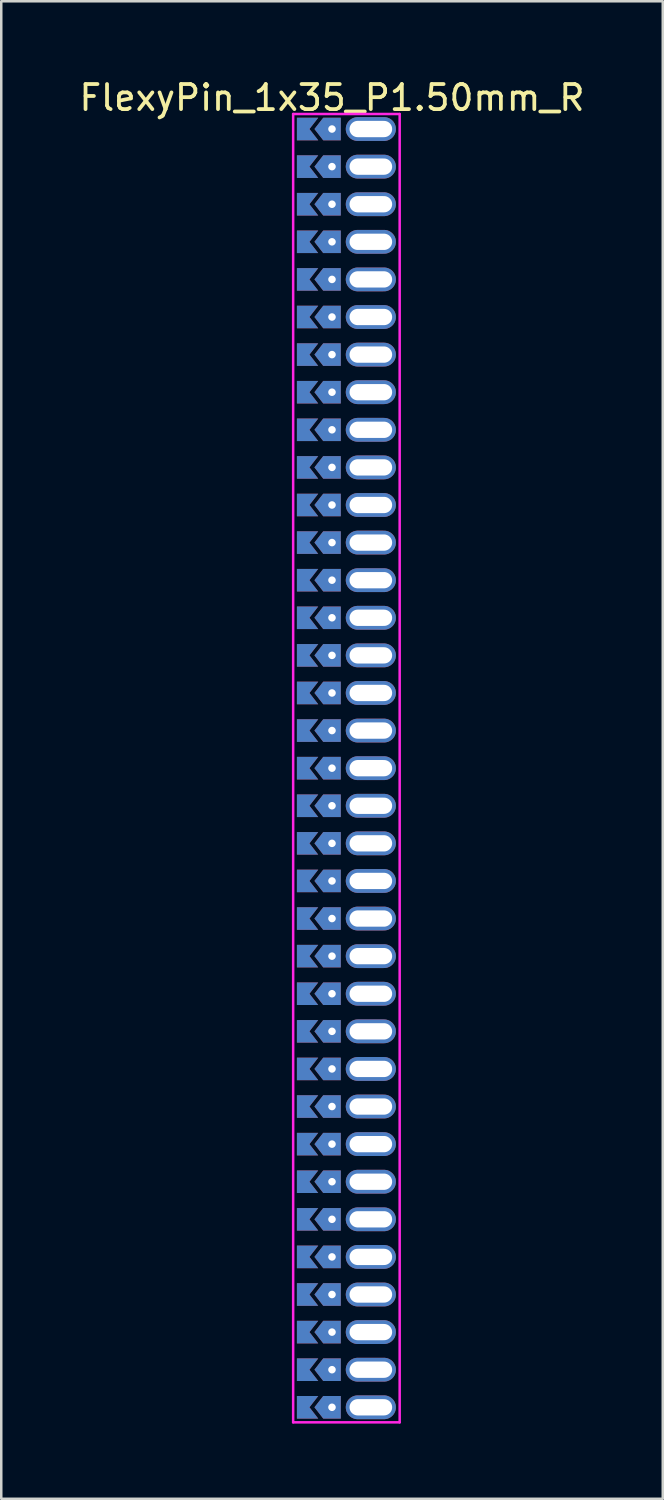
<source format=kicad_pcb>
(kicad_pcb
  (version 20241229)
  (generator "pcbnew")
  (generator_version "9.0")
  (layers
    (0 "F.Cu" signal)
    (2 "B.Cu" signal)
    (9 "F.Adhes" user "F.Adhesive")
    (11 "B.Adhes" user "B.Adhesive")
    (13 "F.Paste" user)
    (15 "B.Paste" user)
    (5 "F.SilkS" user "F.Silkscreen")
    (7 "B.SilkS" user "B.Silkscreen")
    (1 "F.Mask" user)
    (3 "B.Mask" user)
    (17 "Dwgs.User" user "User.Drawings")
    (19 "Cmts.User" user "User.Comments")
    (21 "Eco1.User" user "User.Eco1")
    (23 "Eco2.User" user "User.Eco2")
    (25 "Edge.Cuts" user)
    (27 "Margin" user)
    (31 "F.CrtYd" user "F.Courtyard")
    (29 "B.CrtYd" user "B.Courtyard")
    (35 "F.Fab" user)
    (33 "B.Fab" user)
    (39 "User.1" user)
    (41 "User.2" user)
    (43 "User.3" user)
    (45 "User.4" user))
  (footprint "FlexyPin_1x35_P1.50mm_R"
    (layer "F.Cu")
    (at 10.196 2.098)
    (property "Reference" "FlexyPin_1x35_P1.50mm_R" (at 0 -1.25 0) (layer "F.SilkS") (effects (font (size 1 1) (thickness 0.15))))
    (attr through_hole)
    (fp_line (start -1.55 -0.6) (end 2.7 -0.6) (stroke (width 0.1) (type solid)) (layer "F.CrtYd"))
    (fp_line (start -1.55 51.6) (end -1.55 -0.6) (stroke (width 0.1) (type solid)) (layer "F.CrtYd"))
    (fp_line (start 2.7 -0.6) (end 2.7 51.6) (stroke (width 0.1) (type solid)) (layer "F.CrtYd"))
    (fp_line (start 2.7 51.6) (end -1.55 51.6) (stroke (width 0.1) (type solid)) (layer "F.CrtYd"))
    (pad "" thru_hole custom (at 0 0) (size 0.3 0.3) (drill 0.6) (layers "*.Cu" "*.Mask") (options (anchor rect)) (primitives (gr_poly (pts (xy 0.35 0.45) (xy 0.35 -0.45) (xy -0.35 -0.45) (xy -0.7 0) (xy -0.35 0.45)) (width 0) (fill yes))))
    (pad "" thru_hole custom (at 0 1.5) (size 0.3 0.3) (drill 0.6) (layers "*.Cu" "*.Mask") (options (anchor rect)) (primitives (gr_poly (pts (xy 0.35 0.45) (xy 0.35 -0.45) (xy -0.35 -0.45) (xy -0.7 0) (xy -0.35 0.45)) (width 0) (fill yes))))
    (pad "" thru_hole custom (at 0 3) (size 0.3 0.3) (drill 0.6) (layers "*.Cu" "*.Mask") (options (anchor rect)) (primitives (gr_poly (pts (xy 0.35 0.45) (xy 0.35 -0.45) (xy -0.35 -0.45) (xy -0.7 0) (xy -0.35 0.45)) (width 0) (fill yes))))
    (pad "" thru_hole custom (at 0 4.5) (size 0.3 0.3) (drill 0.6) (layers "*.Cu" "*.Mask") (options (anchor rect)) (primitives (gr_poly (pts (xy 0.35 0.45) (xy 0.35 -0.45) (xy -0.35 -0.45) (xy -0.7 0) (xy -0.35 0.45)) (width 0) (fill yes))))
    (pad "" thru_hole custom (at 0 6) (size 0.3 0.3) (drill 0.6) (layers "*.Cu" "*.Mask") (options (anchor rect)) (primitives (gr_poly (pts (xy 0.35 0.45) (xy 0.35 -0.45) (xy -0.35 -0.45) (xy -0.7 0) (xy -0.35 0.45)) (width 0) (fill yes))))
    (pad "" thru_hole custom (at 0 7.5) (size 0.3 0.3) (drill 0.6) (layers "*.Cu" "*.Mask") (options (anchor rect)) (primitives (gr_poly (pts (xy 0.35 0.45) (xy 0.35 -0.45) (xy -0.35 -0.45) (xy -0.7 0) (xy -0.35 0.45)) (width 0) (fill yes))))
    (pad "" thru_hole custom (at 0 9) (size 0.3 0.3) (drill 0.6) (layers "*.Cu" "*.Mask") (options (anchor rect)) (primitives (gr_poly (pts (xy 0.35 0.45) (xy 0.35 -0.45) (xy -0.35 -0.45) (xy -0.7 0) (xy -0.35 0.45)) (width 0) (fill yes))))
    (pad "" thru_hole custom (at 0 10.5) (size 0.3 0.3) (drill 0.6) (layers "*.Cu" "*.Mask") (options (anchor rect)) (primitives (gr_poly (pts (xy 0.35 0.45) (xy 0.35 -0.45) (xy -0.35 -0.45) (xy -0.7 0) (xy -0.35 0.45)) (width 0) (fill yes))))
    (pad "" thru_hole custom (at 0 12) (size 0.3 0.3) (drill 0.6) (layers "*.Cu" "*.Mask") (options (anchor rect)) (primitives (gr_poly (pts (xy 0.35 0.45) (xy 0.35 -0.45) (xy -0.35 -0.45) (xy -0.7 0) (xy -0.35 0.45)) (width 0) (fill yes))))
    (pad "" thru_hole custom (at 0 13.5) (size 0.3 0.3) (drill 0.6) (layers "*.Cu" "*.Mask") (options (anchor rect)) (primitives (gr_poly (pts (xy 0.35 0.45) (xy 0.35 -0.45) (xy -0.35 -0.45) (xy -0.7 0) (xy -0.35 0.45)) (width 0) (fill yes))))
    (pad "" thru_hole custom (at 0 15) (size 0.3 0.3) (drill 0.6) (layers "*.Cu" "*.Mask") (options (anchor rect)) (primitives (gr_poly (pts (xy 0.35 0.45) (xy 0.35 -0.45) (xy -0.35 -0.45) (xy -0.7 0) (xy -0.35 0.45)) (width 0) (fill yes))))
    (pad "" thru_hole custom (at 0 16.5) (size 0.3 0.3) (drill 0.6) (layers "*.Cu" "*.Mask") (options (anchor rect)) (primitives (gr_poly (pts (xy 0.35 0.45) (xy 0.35 -0.45) (xy -0.35 -0.45) (xy -0.7 0) (xy -0.35 0.45)) (width 0) (fill yes))))
    (pad "" thru_hole custom (at 0 18) (size 0.3 0.3) (drill 0.6) (layers "*.Cu" "*.Mask") (options (anchor rect)) (primitives (gr_poly (pts (xy 0.35 0.45) (xy 0.35 -0.45) (xy -0.35 -0.45) (xy -0.7 0) (xy -0.35 0.45)) (width 0) (fill yes))))
    (pad "" thru_hole custom (at 0 19.5) (size 0.3 0.3) (drill 0.6) (layers "*.Cu" "*.Mask") (options (anchor rect)) (primitives (gr_poly (pts (xy 0.35 0.45) (xy 0.35 -0.45) (xy -0.35 -0.45) (xy -0.7 0) (xy -0.35 0.45)) (width 0) (fill yes))))
    (pad "" thru_hole custom (at 0 21) (size 0.3 0.3) (drill 0.6) (layers "*.Cu" "*.Mask") (options (anchor rect)) (primitives (gr_poly (pts (xy 0.35 0.45) (xy 0.35 -0.45) (xy -0.35 -0.45) (xy -0.7 0) (xy -0.35 0.45)) (width 0) (fill yes))))
    (pad "" thru_hole custom (at 0 22.5) (size 0.3 0.3) (drill 0.6) (layers "*.Cu" "*.Mask") (options (anchor rect)) (primitives (gr_poly (pts (xy 0.35 0.45) (xy 0.35 -0.45) (xy -0.35 -0.45) (xy -0.7 0) (xy -0.35 0.45)) (width 0) (fill yes))))
    (pad "" thru_hole custom (at 0 24) (size 0.3 0.3) (drill 0.6) (layers "*.Cu" "*.Mask") (options (anchor rect)) (primitives (gr_poly (pts (xy 0.35 0.45) (xy 0.35 -0.45) (xy -0.35 -0.45) (xy -0.7 0) (xy -0.35 0.45)) (width 0) (fill yes))))
    (pad "" thru_hole custom (at 0 25.5) (size 0.3 0.3) (drill 0.6) (layers "*.Cu" "*.Mask") (options (anchor rect)) (primitives (gr_poly (pts (xy 0.35 0.45) (xy 0.35 -0.45) (xy -0.35 -0.45) (xy -0.7 0) (xy -0.35 0.45)) (width 0) (fill yes))))
    (pad "" thru_hole custom (at 0 27) (size 0.3 0.3) (drill 0.6) (layers "*.Cu" "*.Mask") (options (anchor rect)) (primitives (gr_poly (pts (xy 0.35 0.45) (xy 0.35 -0.45) (xy -0.35 -0.45) (xy -0.7 0) (xy -0.35 0.45)) (width 0) (fill yes))))
    (pad "" thru_hole custom (at 0 28.5) (size 0.3 0.3) (drill 0.6) (layers "*.Cu" "*.Mask") (options (anchor rect)) (primitives (gr_poly (pts (xy 0.35 0.45) (xy 0.35 -0.45) (xy -0.35 -0.45) (xy -0.7 0) (xy -0.35 0.45)) (width 0) (fill yes))))
    (pad "" thru_hole custom (at 0 30) (size 0.3 0.3) (drill 0.6) (layers "*.Cu" "*.Mask") (options (anchor rect)) (primitives (gr_poly (pts (xy 0.35 0.45) (xy 0.35 -0.45) (xy -0.35 -0.45) (xy -0.7 0) (xy -0.35 0.45)) (width 0) (fill yes))))
    (pad "" thru_hole custom (at 0 31.5) (size 0.3 0.3) (drill 0.6) (layers "*.Cu" "*.Mask") (options (anchor rect)) (primitives (gr_poly (pts (xy 0.35 0.45) (xy 0.35 -0.45) (xy -0.35 -0.45) (xy -0.7 0) (xy -0.35 0.45)) (width 0) (fill yes))))
    (pad "" thru_hole custom (at 0 33) (size 0.3 0.3) (drill 0.6) (layers "*.Cu" "*.Mask") (options (anchor rect)) (primitives (gr_poly (pts (xy 0.35 0.45) (xy 0.35 -0.45) (xy -0.35 -0.45) (xy -0.7 0) (xy -0.35 0.45)) (width 0) (fill yes))))
    (pad "" thru_hole custom (at 0 34.5) (size 0.3 0.3) (drill 0.6) (layers "*.Cu" "*.Mask") (options (anchor rect)) (primitives (gr_poly (pts (xy 0.35 0.45) (xy 0.35 -0.45) (xy -0.35 -0.45) (xy -0.7 0) (xy -0.35 0.45)) (width 0) (fill yes))))
    (pad "" thru_hole custom (at 0 36) (size 0.3 0.3) (drill 0.6) (layers "*.Cu" "*.Mask") (options (anchor rect)) (primitives (gr_poly (pts (xy 0.35 0.45) (xy 0.35 -0.45) (xy -0.35 -0.45) (xy -0.7 0) (xy -0.35 0.45)) (width 0) (fill yes))))
    (pad "" thru_hole custom (at 0 37.5) (size 0.3 0.3) (drill 0.6) (layers "*.Cu" "*.Mask") (options (anchor rect)) (primitives (gr_poly (pts (xy 0.35 0.45) (xy 0.35 -0.45) (xy -0.35 -0.45) (xy -0.7 0) (xy -0.35 0.45)) (width 0) (fill yes))))
    (pad "" thru_hole custom (at 0 39) (size 0.3 0.3) (drill 0.6) (layers "*.Cu" "*.Mask") (options (anchor rect)) (primitives (gr_poly (pts (xy 0.35 0.45) (xy 0.35 -0.45) (xy -0.35 -0.45) (xy -0.7 0) (xy -0.35 0.45)) (width 0) (fill yes))))
    (pad "" thru_hole custom (at 0 40.5) (size 0.3 0.3) (drill 0.6) (layers "*.Cu" "*.Mask") (options (anchor rect)) (primitives (gr_poly (pts (xy 0.35 0.45) (xy 0.35 -0.45) (xy -0.35 -0.45) (xy -0.7 0) (xy -0.35 0.45)) (width 0) (fill yes))))
    (pad "" thru_hole custom (at 0 42) (size 0.3 0.3) (drill 0.6) (layers "*.Cu" "*.Mask") (options (anchor rect)) (primitives (gr_poly (pts (xy 0.35 0.45) (xy 0.35 -0.45) (xy -0.35 -0.45) (xy -0.7 0) (xy -0.35 0.45)) (width 0) (fill yes))))
    (pad "" thru_hole custom (at 0 43.5) (size 0.3 0.3) (drill 0.6) (layers "*.Cu" "*.Mask") (options (anchor rect)) (primitives (gr_poly (pts (xy 0.35 0.45) (xy 0.35 -0.45) (xy -0.35 -0.45) (xy -0.7 0) (xy -0.35 0.45)) (width 0) (fill yes))))
    (pad "" thru_hole custom (at 0 45) (size 0.3 0.3) (drill 0.6) (layers "*.Cu" "*.Mask") (options (anchor rect)) (primitives (gr_poly (pts (xy 0.35 0.45) (xy 0.35 -0.45) (xy -0.35 -0.45) (xy -0.7 0) (xy -0.35 0.45)) (width 0) (fill yes))))
    (pad "" thru_hole custom (at 0 46.5) (size 0.3 0.3) (drill 0.6) (layers "*.Cu" "*.Mask") (options (anchor rect)) (primitives (gr_poly (pts (xy 0.35 0.45) (xy 0.35 -0.45) (xy -0.35 -0.45) (xy -0.7 0) (xy -0.35 0.45)) (width 0) (fill yes))))
    (pad "" thru_hole custom (at 0 48) (size 0.3 0.3) (drill 0.6) (layers "*.Cu" "*.Mask") (options (anchor rect)) (primitives (gr_poly (pts (xy 0.35 0.45) (xy 0.35 -0.45) (xy -0.35 -0.45) (xy -0.7 0) (xy -0.35 0.45)) (width 0) (fill yes))))
    (pad "" thru_hole custom (at 0 49.5) (size 0.3 0.3) (drill 0.6) (layers "*.Cu" "*.Mask") (options (anchor rect)) (primitives (gr_poly (pts (xy 0.35 0.45) (xy 0.35 -0.45) (xy -0.35 -0.45) (xy -0.7 0) (xy -0.35 0.45)) (width 0) (fill yes))))
    (pad "" thru_hole custom (at 0 51) (size 0.3 0.3) (drill 0.6) (layers "*.Cu" "*.Mask") (options (anchor rect)) (primitives (gr_poly (pts (xy 0.35 0.45) (xy 0.35 -0.45) (xy -0.35 -0.45) (xy -0.7 0) (xy -0.35 0.45)) (width 0) (fill yes))))
    (pad "" thru_hole oval (at 1.55 0) (size 2 0.95) (drill oval 1.7 0.65) (layers "*.Cu" "*.Mask"))
    (pad "" thru_hole oval (at 1.55 1.5) (size 2 0.95) (drill oval 1.7 0.65) (layers "*.Cu" "*.Mask"))
    (pad "" thru_hole oval (at 1.55 3) (size 2 0.95) (drill oval 1.7 0.65) (layers "*.Cu" "*.Mask"))
    (pad "" thru_hole oval (at 1.55 4.5) (size 2 0.95) (drill oval 1.7 0.65) (layers "*.Cu" "*.Mask"))
    (pad "" thru_hole oval (at 1.55 6) (size 2 0.95) (drill oval 1.7 0.65) (layers "*.Cu" "*.Mask"))
    (pad "" thru_hole oval (at 1.55 7.5) (size 2 0.95) (drill oval 1.7 0.65) (layers "*.Cu" "*.Mask"))
    (pad "" thru_hole oval (at 1.55 9) (size 2 0.95) (drill oval 1.7 0.65) (layers "*.Cu" "*.Mask"))
    (pad "" thru_hole oval (at 1.55 10.5) (size 2 0.95) (drill oval 1.7 0.65) (layers "*.Cu" "*.Mask"))
    (pad "" thru_hole oval (at 1.55 12) (size 2 0.95) (drill oval 1.7 0.65) (layers "*.Cu" "*.Mask"))
    (pad "" thru_hole oval (at 1.55 13.5) (size 2 0.95) (drill oval 1.7 0.65) (layers "*.Cu" "*.Mask"))
    (pad "" thru_hole oval (at 1.55 15) (size 2 0.95) (drill oval 1.7 0.65) (layers "*.Cu" "*.Mask"))
    (pad "" thru_hole oval (at 1.55 16.5) (size 2 0.95) (drill oval 1.7 0.65) (layers "*.Cu" "*.Mask"))
    (pad "" thru_hole oval (at 1.55 18) (size 2 0.95) (drill oval 1.7 0.65) (layers "*.Cu" "*.Mask"))
    (pad "" thru_hole oval (at 1.55 19.5) (size 2 0.95) (drill oval 1.7 0.65) (layers "*.Cu" "*.Mask"))
    (pad "" thru_hole oval (at 1.55 21) (size 2 0.95) (drill oval 1.7 0.65) (layers "*.Cu" "*.Mask"))
    (pad "" thru_hole oval (at 1.55 22.5) (size 2 0.95) (drill oval 1.7 0.65) (layers "*.Cu" "*.Mask"))
    (pad "" thru_hole oval (at 1.55 24) (size 2 0.95) (drill oval 1.7 0.65) (layers "*.Cu" "*.Mask"))
    (pad "" thru_hole oval (at 1.55 25.5) (size 2 0.95) (drill oval 1.7 0.65) (layers "*.Cu" "*.Mask"))
    (pad "" thru_hole oval (at 1.55 27) (size 2 0.95) (drill oval 1.7 0.65) (layers "*.Cu" "*.Mask"))
    (pad "" thru_hole oval (at 1.55 28.5) (size 2 0.95) (drill oval 1.7 0.65) (layers "*.Cu" "*.Mask"))
    (pad "" thru_hole oval (at 1.55 30) (size 2 0.95) (drill oval 1.7 0.65) (layers "*.Cu" "*.Mask"))
    (pad "" thru_hole oval (at 1.55 31.5) (size 2 0.95) (drill oval 1.7 0.65) (layers "*.Cu" "*.Mask"))
    (pad "" thru_hole oval (at 1.55 33) (size 2 0.95) (drill oval 1.7 0.65) (layers "*.Cu" "*.Mask"))
    (pad "" thru_hole oval (at 1.55 34.5) (size 2 0.95) (drill oval 1.7 0.65) (layers "*.Cu" "*.Mask"))
    (pad "" thru_hole oval (at 1.55 36) (size 2 0.95) (drill oval 1.7 0.65) (layers "*.Cu" "*.Mask"))
    (pad "" thru_hole oval (at 1.55 37.5) (size 2 0.95) (drill oval 1.7 0.65) (layers "*.Cu" "*.Mask"))
    (pad "" thru_hole oval (at 1.55 39) (size 2 0.95) (drill oval 1.7 0.65) (layers "*.Cu" "*.Mask"))
    (pad "" thru_hole oval (at 1.55 40.5) (size 2 0.95) (drill oval 1.7 0.65) (layers "*.Cu" "*.Mask"))
    (pad "" thru_hole oval (at 1.55 42) (size 2 0.95) (drill oval 1.7 0.65) (layers "*.Cu" "*.Mask"))
    (pad "" thru_hole oval (at 1.55 43.5) (size 2 0.95) (drill oval 1.7 0.65) (layers "*.Cu" "*.Mask"))
    (pad "" thru_hole oval (at 1.55 45) (size 2 0.95) (drill oval 1.7 0.65) (layers "*.Cu" "*.Mask"))
    (pad "" thru_hole oval (at 1.55 46.5) (size 2 0.95) (drill oval 1.7 0.65) (layers "*.Cu" "*.Mask"))
    (pad "" thru_hole oval (at 1.55 48) (size 2 0.95) (drill oval 1.7 0.65) (layers "*.Cu" "*.Mask"))
    (pad "" thru_hole oval (at 1.55 49.5) (size 2 0.95) (drill oval 1.7 0.65) (layers "*.Cu" "*.Mask"))
    (pad "" thru_hole oval (at 1.55 51) (size 2 0.95) (drill oval 1.7 0.65) (layers "*.Cu" "*.Mask"))
    (pad "1" smd custom (at -0.9 0) (size 0.01 0.01) (layers "F.Cu" "F.Mask") (options (anchor rect)) (primitives (gr_poly (pts (xy 0 0) (xy 0.35 0.45) (xy -0.5 0.45) (xy -0.5 -0.45) (xy 0.35 -0.45)) (width 0) (fill yes))))
    (pad "1" smd custom (at -0.9 1.5) (size 0.01 0.01) (layers "F.Cu" "F.Mask") (options (anchor rect)) (primitives (gr_poly (pts (xy 0 0) (xy 0.35 0.45) (xy -0.5 0.45) (xy -0.5 -0.45) (xy 0.35 -0.45)) (width 0) (fill yes))))
    (pad "1" smd custom (at -0.9 3) (size 0.01 0.01) (layers "F.Cu" "F.Mask") (options (anchor rect)) (primitives (gr_poly (pts (xy 0 0) (xy 0.35 0.45) (xy -0.5 0.45) (xy -0.5 -0.45) (xy 0.35 -0.45)) (width 0) (fill yes))))
    (pad "1" smd custom (at -0.9 4.5) (size 0.01 0.01) (layers "F.Cu" "F.Mask") (options (anchor rect)) (primitives (gr_poly (pts (xy 0 0) (xy 0.35 0.45) (xy -0.5 0.45) (xy -0.5 -0.45) (xy 0.35 -0.45)) (width 0) (fill yes))))
    (pad "1" smd custom (at -0.9 6) (size 0.01 0.01) (layers "F.Cu" "F.Mask") (options (anchor rect)) (primitives (gr_poly (pts (xy 0 0) (xy 0.35 0.45) (xy -0.5 0.45) (xy -0.5 -0.45) (xy 0.35 -0.45)) (width 0) (fill yes))))
    (pad "1" smd custom (at -0.9 7.5) (size 0.01 0.01) (layers "F.Cu" "F.Mask") (options (anchor rect)) (primitives (gr_poly (pts (xy 0 0) (xy 0.35 0.45) (xy -0.5 0.45) (xy -0.5 -0.45) (xy 0.35 -0.45)) (width 0) (fill yes))))
    (pad "1" smd custom (at -0.9 9) (size 0.01 0.01) (layers "F.Cu" "F.Mask") (options (anchor rect)) (primitives (gr_poly (pts (xy 0 0) (xy 0.35 0.45) (xy -0.5 0.45) (xy -0.5 -0.45) (xy 0.35 -0.45)) (width 0) (fill yes))))
    (pad "1" smd custom (at -0.9 10.5) (size 0.01 0.01) (layers "F.Cu" "F.Mask") (options (anchor rect)) (primitives (gr_poly (pts (xy 0 0) (xy 0.35 0.45) (xy -0.5 0.45) (xy -0.5 -0.45) (xy 0.35 -0.45)) (width 0) (fill yes))))
    (pad "1" smd custom (at -0.9 12) (size 0.01 0.01) (layers "F.Cu" "F.Mask") (options (anchor rect)) (primitives (gr_poly (pts (xy 0 0) (xy 0.35 0.45) (xy -0.5 0.45) (xy -0.5 -0.45) (xy 0.35 -0.45)) (width 0) (fill yes))))
    (pad "1" smd custom (at -0.9 13.5) (size 0.01 0.01) (layers "F.Cu" "F.Mask") (options (anchor rect)) (primitives (gr_poly (pts (xy 0 0) (xy 0.35 0.45) (xy -0.5 0.45) (xy -0.5 -0.45) (xy 0.35 -0.45)) (width 0) (fill yes))))
    (pad "1" smd custom (at -0.9 15) (size 0.01 0.01) (layers "F.Cu" "F.Mask") (options (anchor rect)) (primitives (gr_poly (pts (xy 0 0) (xy 0.35 0.45) (xy -0.5 0.45) (xy -0.5 -0.45) (xy 0.35 -0.45)) (width 0) (fill yes))))
    (pad "1" smd custom (at -0.9 16.5) (size 0.01 0.01) (layers "F.Cu" "F.Mask") (options (anchor rect)) (primitives (gr_poly (pts (xy 0 0) (xy 0.35 0.45) (xy -0.5 0.45) (xy -0.5 -0.45) (xy 0.35 -0.45)) (width 0) (fill yes))))
    (pad "1" smd custom (at -0.9 18) (size 0.01 0.01) (layers "F.Cu" "F.Mask") (options (anchor rect)) (primitives (gr_poly (pts (xy 0 0) (xy 0.35 0.45) (xy -0.5 0.45) (xy -0.5 -0.45) (xy 0.35 -0.45)) (width 0) (fill yes))))
    (pad "1" smd custom (at -0.9 19.5) (size 0.01 0.01) (layers "F.Cu" "F.Mask") (options (anchor rect)) (primitives (gr_poly (pts (xy 0 0) (xy 0.35 0.45) (xy -0.5 0.45) (xy -0.5 -0.45) (xy 0.35 -0.45)) (width 0) (fill yes))))
    (pad "1" smd custom (at -0.9 21) (size 0.01 0.01) (layers "F.Cu" "F.Mask") (options (anchor rect)) (primitives (gr_poly (pts (xy 0 0) (xy 0.35 0.45) (xy -0.5 0.45) (xy -0.5 -0.45) (xy 0.35 -0.45)) (width 0) (fill yes))))
    (pad "1" smd custom (at -0.9 22.5) (size 0.01 0.01) (layers "F.Cu" "F.Mask") (options (anchor rect)) (primitives (gr_poly (pts (xy 0 0) (xy 0.35 0.45) (xy -0.5 0.45) (xy -0.5 -0.45) (xy 0.35 -0.45)) (width 0) (fill yes))))
    (pad "1" smd custom (at -0.9 24) (size 0.01 0.01) (layers "F.Cu" "F.Mask") (options (anchor rect)) (primitives (gr_poly (pts (xy 0 0) (xy 0.35 0.45) (xy -0.5 0.45) (xy -0.5 -0.45) (xy 0.35 -0.45)) (width 0) (fill yes))))
    (pad "1" smd custom (at -0.9 25.5) (size 0.01 0.01) (layers "F.Cu" "F.Mask") (options (anchor rect)) (primitives (gr_poly (pts (xy 0 0) (xy 0.35 0.45) (xy -0.5 0.45) (xy -0.5 -0.45) (xy 0.35 -0.45)) (width 0) (fill yes))))
    (pad "1" smd custom (at -0.9 27) (size 0.01 0.01) (layers "F.Cu" "F.Mask") (options (anchor rect)) (primitives (gr_poly (pts (xy 0 0) (xy 0.35 0.45) (xy -0.5 0.45) (xy -0.5 -0.45) (xy 0.35 -0.45)) (width 0) (fill yes))))
    (pad "1" smd custom (at -0.9 28.5) (size 0.01 0.01) (layers "F.Cu" "F.Mask") (options (anchor rect)) (primitives (gr_poly (pts (xy 0 0) (xy 0.35 0.45) (xy -0.5 0.45) (xy -0.5 -0.45) (xy 0.35 -0.45)) (width 0) (fill yes))))
    (pad "1" smd custom (at -0.9 30) (size 0.01 0.01) (layers "F.Cu" "F.Mask") (options (anchor rect)) (primitives (gr_poly (pts (xy 0 0) (xy 0.35 0.45) (xy -0.5 0.45) (xy -0.5 -0.45) (xy 0.35 -0.45)) (width 0) (fill yes))))
    (pad "1" smd custom (at -0.9 31.5) (size 0.01 0.01) (layers "F.Cu" "F.Mask") (options (anchor rect)) (primitives (gr_poly (pts (xy 0 0) (xy 0.35 0.45) (xy -0.5 0.45) (xy -0.5 -0.45) (xy 0.35 -0.45)) (width 0) (fill yes))))
    (pad "1" smd custom (at -0.9 33) (size 0.01 0.01) (layers "F.Cu" "F.Mask") (options (anchor rect)) (primitives (gr_poly (pts (xy 0 0) (xy 0.35 0.45) (xy -0.5 0.45) (xy -0.5 -0.45) (xy 0.35 -0.45)) (width 0) (fill yes))))
    (pad "1" smd custom (at -0.9 34.5) (size 0.01 0.01) (layers "F.Cu" "F.Mask") (options (anchor rect)) (primitives (gr_poly (pts (xy 0 0) (xy 0.35 0.45) (xy -0.5 0.45) (xy -0.5 -0.45) (xy 0.35 -0.45)) (width 0) (fill yes))))
    (pad "1" smd custom (at -0.9 36) (size 0.01 0.01) (layers "F.Cu" "F.Mask") (options (anchor rect)) (primitives (gr_poly (pts (xy 0 0) (xy 0.35 0.45) (xy -0.5 0.45) (xy -0.5 -0.45) (xy 0.35 -0.45)) (width 0) (fill yes))))
    (pad "1" smd custom (at -0.9 37.5) (size 0.01 0.01) (layers "F.Cu" "F.Mask") (options (anchor rect)) (primitives (gr_poly (pts (xy 0 0) (xy 0.35 0.45) (xy -0.5 0.45) (xy -0.5 -0.45) (xy 0.35 -0.45)) (width 0) (fill yes))))
    (pad "1" smd custom (at -0.9 39) (size 0.01 0.01) (layers "F.Cu" "F.Mask") (options (anchor rect)) (primitives (gr_poly (pts (xy 0 0) (xy 0.35 0.45) (xy -0.5 0.45) (xy -0.5 -0.45) (xy 0.35 -0.45)) (width 0) (fill yes))))
    (pad "1" smd custom (at -0.9 40.5) (size 0.01 0.01) (layers "F.Cu" "F.Mask") (options (anchor rect)) (primitives (gr_poly (pts (xy 0 0) (xy 0.35 0.45) (xy -0.5 0.45) (xy -0.5 -0.45) (xy 0.35 -0.45)) (width 0) (fill yes))))
    (pad "1" smd custom (at -0.9 42) (size 0.01 0.01) (layers "F.Cu" "F.Mask") (options (anchor rect)) (primitives (gr_poly (pts (xy 0 0) (xy 0.35 0.45) (xy -0.5 0.45) (xy -0.5 -0.45) (xy 0.35 -0.45)) (width 0) (fill yes))))
    (pad "1" smd custom (at -0.9 43.5) (size 0.01 0.01) (layers "F.Cu" "F.Mask") (options (anchor rect)) (primitives (gr_poly (pts (xy 0 0) (xy 0.35 0.45) (xy -0.5 0.45) (xy -0.5 -0.45) (xy 0.35 -0.45)) (width 0) (fill yes))))
    (pad "1" smd custom (at -0.9 45) (size 0.01 0.01) (layers "F.Cu" "F.Mask") (options (anchor rect)) (primitives (gr_poly (pts (xy 0 0) (xy 0.35 0.45) (xy -0.5 0.45) (xy -0.5 -0.45) (xy 0.35 -0.45)) (width 0) (fill yes))))
    (pad "1" smd custom (at -0.9 46.5) (size 0.01 0.01) (layers "F.Cu" "F.Mask") (options (anchor rect)) (primitives (gr_poly (pts (xy 0 0) (xy 0.35 0.45) (xy -0.5 0.45) (xy -0.5 -0.45) (xy 0.35 -0.45)) (width 0) (fill yes))))
    (pad "1" smd custom (at -0.9 48) (size 0.01 0.01) (layers "F.Cu" "F.Mask") (options (anchor rect)) (primitives (gr_poly (pts (xy 0 0) (xy 0.35 0.45) (xy -0.5 0.45) (xy -0.5 -0.45) (xy 0.35 -0.45)) (width 0) (fill yes))))
    (pad "1" smd custom (at -0.9 49.5) (size 0.01 0.01) (layers "F.Cu" "F.Mask") (options (anchor rect)) (primitives (gr_poly (pts (xy 0 0) (xy 0.35 0.45) (xy -0.5 0.45) (xy -0.5 -0.45) (xy 0.35 -0.45)) (width 0) (fill yes))))
    (pad "1" smd custom (at -0.9 51) (size 0.01 0.01) (layers "F.Cu" "F.Mask") (options (anchor rect)) (primitives (gr_poly (pts (xy 0 0) (xy 0.35 0.45) (xy -0.5 0.45) (xy -0.5 -0.45) (xy 0.35 -0.45)) (width 0) (fill yes))))
    (pad "2" smd custom (at -0.9 0) (size 0.01 0.01) (layers "B.Cu" "B.Mask") (options (anchor rect)) (primitives (gr_poly (pts (xy 0 0) (xy 0.35 0.45) (xy -0.5 0.45) (xy -0.5 -0.45) (xy 0.35 -0.45)) (width 0) (fill yes))))
    (pad "2" smd custom (at -0.9 1.5) (size 0.01 0.01) (layers "B.Cu" "B.Mask") (options (anchor rect)) (primitives (gr_poly (pts (xy 0 0) (xy 0.35 0.45) (xy -0.5 0.45) (xy -0.5 -0.45) (xy 0.35 -0.45)) (width 0) (fill yes))))
    (pad "2" smd custom (at -0.9 3) (size 0.01 0.01) (layers "B.Cu" "B.Mask") (options (anchor rect)) (primitives (gr_poly (pts (xy 0 0) (xy 0.35 0.45) (xy -0.5 0.45) (xy -0.5 -0.45) (xy 0.35 -0.45)) (width 0) (fill yes))))
    (pad "2" smd custom (at -0.9 4.5) (size 0.01 0.01) (layers "B.Cu" "B.Mask") (options (anchor rect)) (primitives (gr_poly (pts (xy 0 0) (xy 0.35 0.45) (xy -0.5 0.45) (xy -0.5 -0.45) (xy 0.35 -0.45)) (width 0) (fill yes))))
    (pad "2" smd custom (at -0.9 6) (size 0.01 0.01) (layers "B.Cu" "B.Mask") (options (anchor rect)) (primitives (gr_poly (pts (xy 0 0) (xy 0.35 0.45) (xy -0.5 0.45) (xy -0.5 -0.45) (xy 0.35 -0.45)) (width 0) (fill yes))))
    (pad "2" smd custom (at -0.9 7.5) (size 0.01 0.01) (layers "B.Cu" "B.Mask") (options (anchor rect)) (primitives (gr_poly (pts (xy 0 0) (xy 0.35 0.45) (xy -0.5 0.45) (xy -0.5 -0.45) (xy 0.35 -0.45)) (width 0) (fill yes))))
    (pad "2" smd custom (at -0.9 9) (size 0.01 0.01) (layers "B.Cu" "B.Mask") (options (anchor rect)) (primitives (gr_poly (pts (xy 0 0) (xy 0.35 0.45) (xy -0.5 0.45) (xy -0.5 -0.45) (xy 0.35 -0.45)) (width 0) (fill yes))))
    (pad "2" smd custom (at -0.9 10.5) (size 0.01 0.01) (layers "B.Cu" "B.Mask") (options (anchor rect)) (primitives (gr_poly (pts (xy 0 0) (xy 0.35 0.45) (xy -0.5 0.45) (xy -0.5 -0.45) (xy 0.35 -0.45)) (width 0) (fill yes))))
    (pad "2" smd custom (at -0.9 12) (size 0.01 0.01) (layers "B.Cu" "B.Mask") (options (anchor rect)) (primitives (gr_poly (pts (xy 0 0) (xy 0.35 0.45) (xy -0.5 0.45) (xy -0.5 -0.45) (xy 0.35 -0.45)) (width 0) (fill yes))))
    (pad "2" smd custom (at -0.9 13.5) (size 0.01 0.01) (layers "B.Cu" "B.Mask") (options (anchor rect)) (primitives (gr_poly (pts (xy 0 0) (xy 0.35 0.45) (xy -0.5 0.45) (xy -0.5 -0.45) (xy 0.35 -0.45)) (width 0) (fill yes))))
    (pad "2" smd custom (at -0.9 15) (size 0.01 0.01) (layers "B.Cu" "B.Mask") (options (anchor rect)) (primitives (gr_poly (pts (xy 0 0) (xy 0.35 0.45) (xy -0.5 0.45) (xy -0.5 -0.45) (xy 0.35 -0.45)) (width 0) (fill yes))))
    (pad "2" smd custom (at -0.9 16.5) (size 0.01 0.01) (layers "B.Cu" "B.Mask") (options (anchor rect)) (primitives (gr_poly (pts (xy 0 0) (xy 0.35 0.45) (xy -0.5 0.45) (xy -0.5 -0.45) (xy 0.35 -0.45)) (width 0) (fill yes))))
    (pad "2" smd custom (at -0.9 18) (size 0.01 0.01) (layers "B.Cu" "B.Mask") (options (anchor rect)) (primitives (gr_poly (pts (xy 0 0) (xy 0.35 0.45) (xy -0.5 0.45) (xy -0.5 -0.45) (xy 0.35 -0.45)) (width 0) (fill yes))))
    (pad "2" smd custom (at -0.9 19.5) (size 0.01 0.01) (layers "B.Cu" "B.Mask") (options (anchor rect)) (primitives (gr_poly (pts (xy 0 0) (xy 0.35 0.45) (xy -0.5 0.45) (xy -0.5 -0.45) (xy 0.35 -0.45)) (width 0) (fill yes))))
    (pad "2" smd custom (at -0.9 21) (size 0.01 0.01) (layers "B.Cu" "B.Mask") (options (anchor rect)) (primitives (gr_poly (pts (xy 0 0) (xy 0.35 0.45) (xy -0.5 0.45) (xy -0.5 -0.45) (xy 0.35 -0.45)) (width 0) (fill yes))))
    (pad "2" smd custom (at -0.9 22.5) (size 0.01 0.01) (layers "B.Cu" "B.Mask") (options (anchor rect)) (primitives (gr_poly (pts (xy 0 0) (xy 0.35 0.45) (xy -0.5 0.45) (xy -0.5 -0.45) (xy 0.35 -0.45)) (width 0) (fill yes))))
    (pad "2" smd custom (at -0.9 24) (size 0.01 0.01) (layers "B.Cu" "B.Mask") (options (anchor rect)) (primitives (gr_poly (pts (xy 0 0) (xy 0.35 0.45) (xy -0.5 0.45) (xy -0.5 -0.45) (xy 0.35 -0.45)) (width 0) (fill yes))))
    (pad "2" smd custom (at -0.9 25.5) (size 0.01 0.01) (layers "B.Cu" "B.Mask") (options (anchor rect)) (primitives (gr_poly (pts (xy 0 0) (xy 0.35 0.45) (xy -0.5 0.45) (xy -0.5 -0.45) (xy 0.35 -0.45)) (width 0) (fill yes))))
    (pad "2" smd custom (at -0.9 27) (size 0.01 0.01) (layers "B.Cu" "B.Mask") (options (anchor rect)) (primitives (gr_poly (pts (xy 0 0) (xy 0.35 0.45) (xy -0.5 0.45) (xy -0.5 -0.45) (xy 0.35 -0.45)) (width 0) (fill yes))))
    (pad "2" smd custom (at -0.9 28.5) (size 0.01 0.01) (layers "B.Cu" "B.Mask") (options (anchor rect)) (primitives (gr_poly (pts (xy 0 0) (xy 0.35 0.45) (xy -0.5 0.45) (xy -0.5 -0.45) (xy 0.35 -0.45)) (width 0) (fill yes))))
    (pad "2" smd custom (at -0.9 30) (size 0.01 0.01) (layers "B.Cu" "B.Mask") (options (anchor rect)) (primitives (gr_poly (pts (xy 0 0) (xy 0.35 0.45) (xy -0.5 0.45) (xy -0.5 -0.45) (xy 0.35 -0.45)) (width 0) (fill yes))))
    (pad "2" smd custom (at -0.9 31.5) (size 0.01 0.01) (layers "B.Cu" "B.Mask") (options (anchor rect)) (primitives (gr_poly (pts (xy 0 0) (xy 0.35 0.45) (xy -0.5 0.45) (xy -0.5 -0.45) (xy 0.35 -0.45)) (width 0) (fill yes))))
    (pad "2" smd custom (at -0.9 33) (size 0.01 0.01) (layers "B.Cu" "B.Mask") (options (anchor rect)) (primitives (gr_poly (pts (xy 0 0) (xy 0.35 0.45) (xy -0.5 0.45) (xy -0.5 -0.45) (xy 0.35 -0.45)) (width 0) (fill yes))))
    (pad "2" smd custom (at -0.9 34.5) (size 0.01 0.01) (layers "B.Cu" "B.Mask") (options (anchor rect)) (primitives (gr_poly (pts (xy 0 0) (xy 0.35 0.45) (xy -0.5 0.45) (xy -0.5 -0.45) (xy 0.35 -0.45)) (width 0) (fill yes))))
    (pad "2" smd custom (at -0.9 36) (size 0.01 0.01) (layers "B.Cu" "B.Mask") (options (anchor rect)) (primitives (gr_poly (pts (xy 0 0) (xy 0.35 0.45) (xy -0.5 0.45) (xy -0.5 -0.45) (xy 0.35 -0.45)) (width 0) (fill yes))))
    (pad "2" smd custom (at -0.9 37.5) (size 0.01 0.01) (layers "B.Cu" "B.Mask") (options (anchor rect)) (primitives (gr_poly (pts (xy 0 0) (xy 0.35 0.45) (xy -0.5 0.45) (xy -0.5 -0.45) (xy 0.35 -0.45)) (width 0) (fill yes))))
    (pad "2" smd custom (at -0.9 39) (size 0.01 0.01) (layers "B.Cu" "B.Mask") (options (anchor rect)) (primitives (gr_poly (pts (xy 0 0) (xy 0.35 0.45) (xy -0.5 0.45) (xy -0.5 -0.45) (xy 0.35 -0.45)) (width 0) (fill yes))))
    (pad "2" smd custom (at -0.9 40.5) (size 0.01 0.01) (layers "B.Cu" "B.Mask") (options (anchor rect)) (primitives (gr_poly (pts (xy 0 0) (xy 0.35 0.45) (xy -0.5 0.45) (xy -0.5 -0.45) (xy 0.35 -0.45)) (width 0) (fill yes))))
    (pad "2" smd custom (at -0.9 42) (size 0.01 0.01) (layers "B.Cu" "B.Mask") (options (anchor rect)) (primitives (gr_poly (pts (xy 0 0) (xy 0.35 0.45) (xy -0.5 0.45) (xy -0.5 -0.45) (xy 0.35 -0.45)) (width 0) (fill yes))))
    (pad "2" smd custom (at -0.9 43.5) (size 0.01 0.01) (layers "B.Cu" "B.Mask") (options (anchor rect)) (primitives (gr_poly (pts (xy 0 0) (xy 0.35 0.45) (xy -0.5 0.45) (xy -0.5 -0.45) (xy 0.35 -0.45)) (width 0) (fill yes))))
    (pad "2" smd custom (at -0.9 45) (size 0.01 0.01) (layers "B.Cu" "B.Mask") (options (anchor rect)) (primitives (gr_poly (pts (xy 0 0) (xy 0.35 0.45) (xy -0.5 0.45) (xy -0.5 -0.45) (xy 0.35 -0.45)) (width 0) (fill yes))))
    (pad "2" smd custom (at -0.9 46.5) (size 0.01 0.01) (layers "B.Cu" "B.Mask") (options (anchor rect)) (primitives (gr_poly (pts (xy 0 0) (xy 0.35 0.45) (xy -0.5 0.45) (xy -0.5 -0.45) (xy 0.35 -0.45)) (width 0) (fill yes))))
    (pad "2" smd custom (at -0.9 48) (size 0.01 0.01) (layers "B.Cu" "B.Mask") (options (anchor rect)) (primitives (gr_poly (pts (xy 0 0) (xy 0.35 0.45) (xy -0.5 0.45) (xy -0.5 -0.45) (xy 0.35 -0.45)) (width 0) (fill yes))))
    (pad "2" smd custom (at -0.9 49.5) (size 0.01 0.01) (layers "B.Cu" "B.Mask") (options (anchor rect)) (primitives (gr_poly (pts (xy 0 0) (xy 0.35 0.45) (xy -0.5 0.45) (xy -0.5 -0.45) (xy 0.35 -0.45)) (width 0) (fill yes))))
    (pad "2" smd custom (at -0.9 51) (size 0.01 0.01) (layers "B.Cu" "B.Mask") (options (anchor rect)) (primitives (gr_poly (pts (xy 0 0) (xy 0.35 0.45) (xy -0.5 0.45) (xy -0.5 -0.45) (xy 0.35 -0.45)) (width 0) (fill yes)))))
  (gr_rect
    (start -3 -3)
    (end 23.393 56.748)
    (stroke (width 0.1) (type default))
    (fill no)
    (layer "Edge.Cuts")))
</source>
